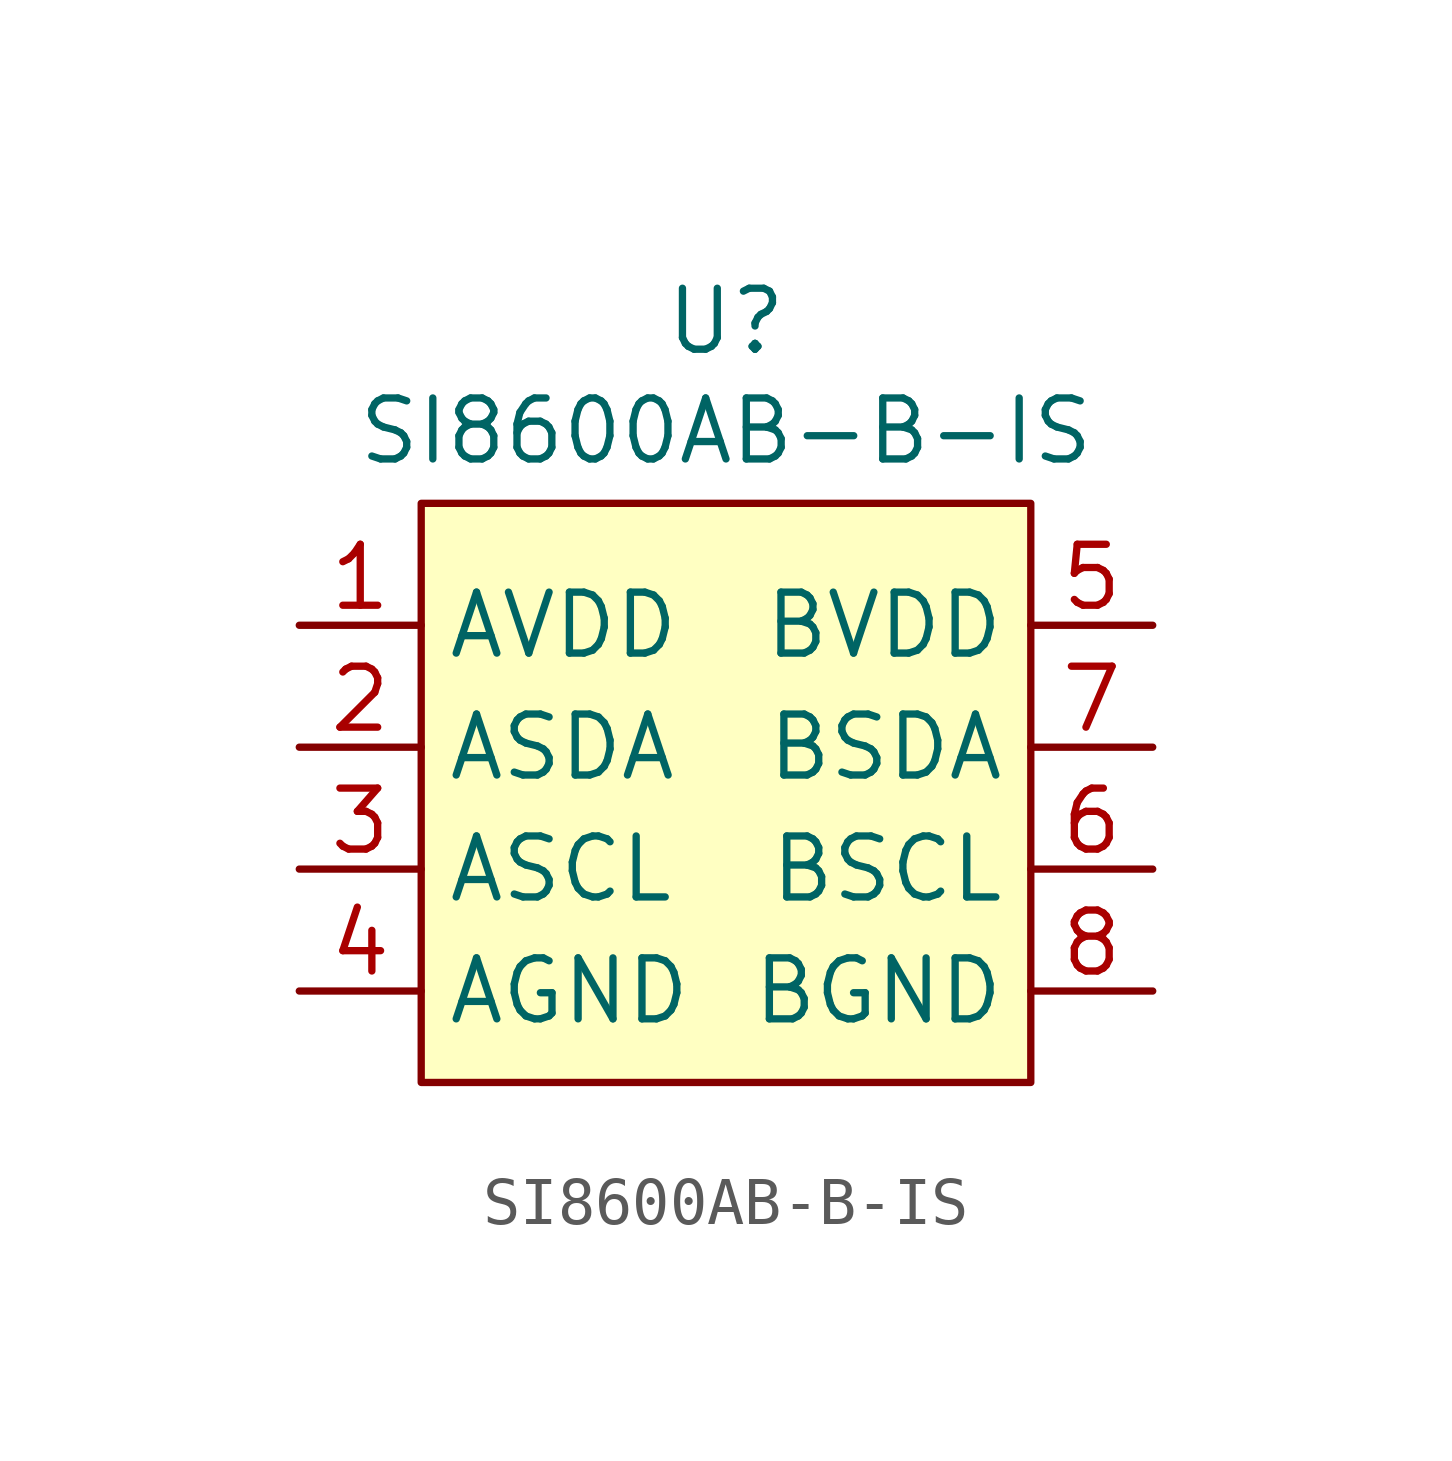
<source format=kicad_sym>
(kicad_symbol_lib
  (version 20231120)
  (generator "kicad_symbol_editor")
  (generator_version "8.0")
  (symbol "SI8600AB-B-IS"
    (property "Reference" "U"
      (at 0 3.048 0)
      (effects (font (size 1.27 1.27)) (justify bottom)))
    (property "Value" "SI8600AB-B-IS"
      (at 0 0.762 0)
      (effects (font (size 1.27 1.27)) (justify bottom)))
    (symbol "SI8600AB-B-IS_1_1"
      (rectangle (start -6.35 0) (end 6.35 -12.065) (stroke (width 0) (type default)) (fill (type background)))
      (pin input line (at -8.89 -2.54 0) (length 2.54) (name "AVDD" (effects (font (size 1.27 1.27)))) (number "1" (effects (font (size 1.27 1.27)))))
      (pin input line (at -8.89 -5.08 0) (length 2.54) (name "ASDA" (effects (font (size 1.27 1.27)))) (number "2" (effects (font (size 1.27 1.27)))))
      (pin input line (at -8.89 -7.62 0) (length 2.54) (name "ASCL" (effects (font (size 1.27 1.27)))) (number "3" (effects (font (size 1.27 1.27)))))
      (pin input line (at -8.89 -10.16 0) (length 2.54) (name "AGND" (effects (font (size 1.27 1.27)))) (number "4" (effects (font (size 1.27 1.27)))))
      (pin input line (at 8.89 -2.54 180) (length 2.54) (name "BVDD" (effects (font (size 1.27 1.27)))) (number "5" (effects (font (size 1.27 1.27)))))
      (pin input line (at 8.89 -7.62 180) (length 2.54) (name "BSCL" (effects (font (size 1.27 1.27)))) (number "6" (effects (font (size 1.27 1.27)))))
      (pin input line (at 8.89 -5.08 180) (length 2.54) (name "BSDA" (effects (font (size 1.27 1.27)))) (number "7" (effects (font (size 1.27 1.27)))))
      (pin input line (at 8.89 -10.16 180) (length 2.54) (name "BGND" (effects (font (size 1.27 1.27)))) (number "8" (effects (font (size 1.27 1.27))))))))
</source>
